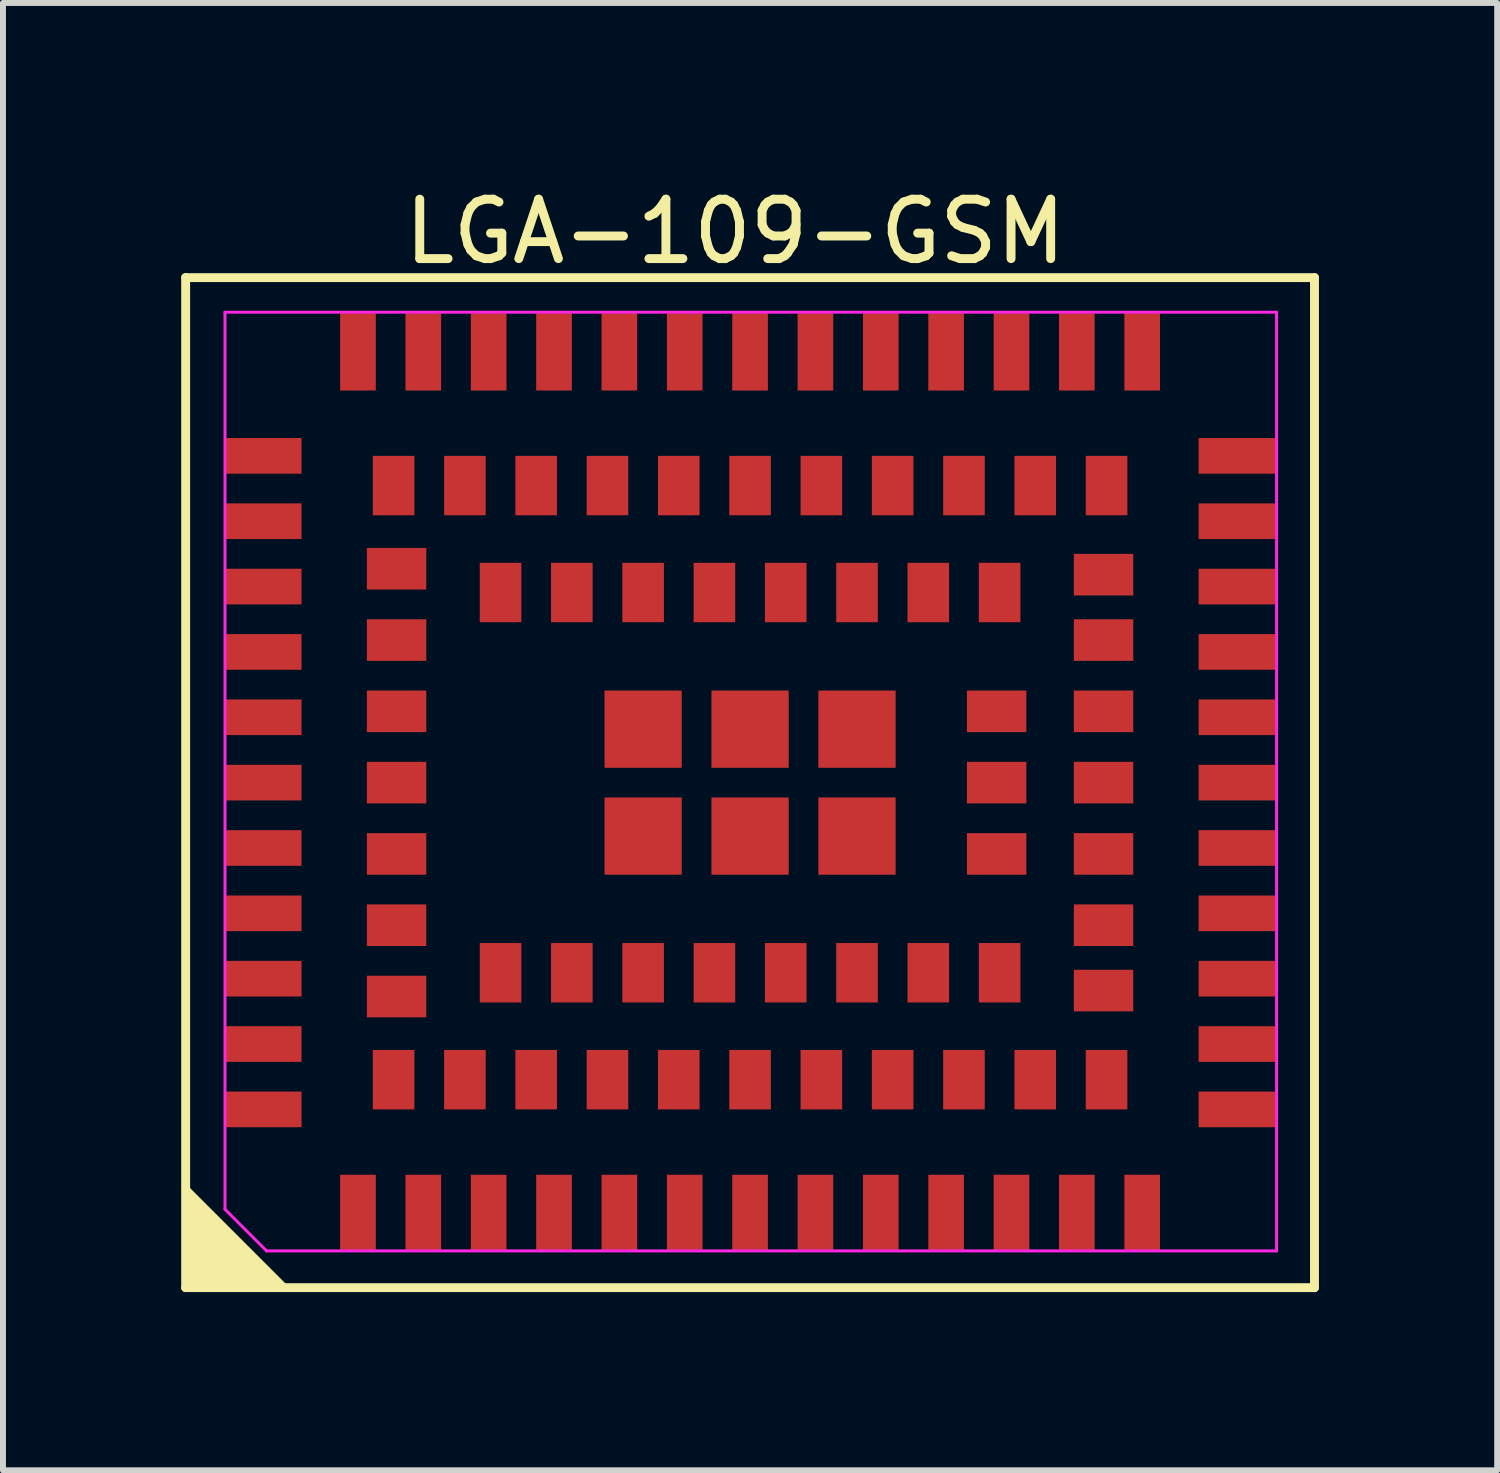
<source format=kicad_pcb>
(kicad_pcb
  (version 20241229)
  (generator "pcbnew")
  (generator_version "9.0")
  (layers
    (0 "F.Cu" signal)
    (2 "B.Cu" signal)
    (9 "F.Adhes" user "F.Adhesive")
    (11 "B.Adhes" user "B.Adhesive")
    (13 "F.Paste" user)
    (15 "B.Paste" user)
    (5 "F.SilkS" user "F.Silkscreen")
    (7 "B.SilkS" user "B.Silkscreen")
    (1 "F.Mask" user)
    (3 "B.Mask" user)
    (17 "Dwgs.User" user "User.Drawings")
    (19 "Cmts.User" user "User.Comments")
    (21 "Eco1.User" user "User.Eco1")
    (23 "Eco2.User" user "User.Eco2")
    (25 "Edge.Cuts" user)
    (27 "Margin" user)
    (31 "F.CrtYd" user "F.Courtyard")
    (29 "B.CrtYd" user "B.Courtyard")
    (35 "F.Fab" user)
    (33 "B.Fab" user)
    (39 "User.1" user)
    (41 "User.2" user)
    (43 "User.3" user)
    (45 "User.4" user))
  (footprint "LGA-109-GSM"
    (layer "F.Cu")
    (at 9.325 9.873)
    (property "Reference" "LGA-109-GSM" (at 0 -9.025 180) (layer "F.SilkS") (effects (font (size 1 1) (thickness 0.15))))
    (fp_line (start -9.25 -8.25) (end -9.25 8.75) (stroke (width 0.15) (type solid)) (layer "F.SilkS"))
    (fp_line (start 9.75 -8.25) (end -9.25 -8.25) (stroke (width 0.15) (type solid)) (layer "F.SilkS"))
    (fp_line (start 9.75 -8.25) (end 9.75 8.75) (stroke (width 0.15) (type solid)) (layer "F.SilkS"))
    (fp_line (start 9.75 8.75) (end -9.25 8.75) (stroke (width 0.15) (type solid)) (layer "F.SilkS"))
    (fp_poly (pts (xy -9.25 8.75) (xy -7.5 8.75) (xy -9.25 7)) (stroke (width 0) (type default)) (fill yes) (layer "F.SilkS"))
    (fp_poly (pts (xy -1.85 -0.75) (xy -1.81 -0.75) (xy -1.737 -0.78) (xy -1.68 -0.837) (xy -1.65 -0.91) (xy -1.65 -0.95) (xy -1.65 -0.99) (xy -1.68 -1.063) (xy -1.737 -1.12) (xy -1.81 -1.15) (xy -1.85 -1.15) (xy -1.89 -1.15) (xy -1.963 -1.12) (xy -2.02 -1.063) (xy -2.05 -0.99) (xy -2.05 -0.95) (xy -2.05 -0.91) (xy -2.02 -0.837) (xy -1.963 -0.78) (xy -1.89 -0.75)) (stroke (width 0) (type default)) (fill yes) (layer "F.Paste"))
    (fp_poly (pts (xy -1.85 -0.15) (xy -1.81 -0.15) (xy -1.737 -0.18) (xy -1.68 -0.237) (xy -1.65 -0.31) (xy -1.65 -0.35) (xy -1.65 -0.39) (xy -1.68 -0.463) (xy -1.737 -0.52) (xy -1.81 -0.55) (xy -1.85 -0.55) (xy -1.89 -0.55) (xy -1.963 -0.52) (xy -2.02 -0.463) (xy -2.05 -0.39) (xy -2.05 -0.35) (xy -2.05 -0.31) (xy -2.02 -0.237) (xy -1.963 -0.18) (xy -1.89 -0.15)) (stroke (width 0) (type default)) (fill yes) (layer "F.Paste"))
    (fp_poly (pts (xy -1.85 1.05) (xy -1.81 1.05) (xy -1.737 1.02) (xy -1.68 0.963) (xy -1.65 0.89) (xy -1.65 0.85) (xy -1.65 0.81) (xy -1.68 0.737) (xy -1.737 0.68) (xy -1.81 0.65) (xy -1.85 0.65) (xy -1.89 0.65) (xy -1.963 0.68) (xy -2.02 0.737) (xy -2.05 0.81) (xy -2.05 0.85) (xy -2.05 0.89) (xy -2.02 0.963) (xy -1.963 1.02) (xy -1.89 1.05)) (stroke (width 0) (type default)) (fill yes) (layer "F.Paste"))
    (fp_poly (pts (xy -1.85 1.65) (xy -1.81 1.65) (xy -1.737 1.62) (xy -1.68 1.563) (xy -1.65 1.49) (xy -1.65 1.45) (xy -1.65 1.41) (xy -1.68 1.337) (xy -1.737 1.28) (xy -1.81 1.25) (xy -1.85 1.25) (xy -1.89 1.25) (xy -1.963 1.28) (xy -2.02 1.337) (xy -2.05 1.41) (xy -2.05 1.45) (xy -2.05 1.49) (xy -2.02 1.563) (xy -1.963 1.62) (xy -1.89 1.65)) (stroke (width 0) (type default)) (fill yes) (layer "F.Paste"))
    (fp_poly (pts (xy -1.25 -0.75) (xy -1.21 -0.75) (xy -1.137 -0.78) (xy -1.08 -0.837) (xy -1.05 -0.91) (xy -1.05 -0.95) (xy -1.05 -0.99) (xy -1.08 -1.063) (xy -1.137 -1.12) (xy -1.21 -1.15) (xy -1.25 -1.15) (xy -1.29 -1.15) (xy -1.363 -1.12) (xy -1.42 -1.063) (xy -1.45 -0.99) (xy -1.45 -0.95) (xy -1.45 -0.91) (xy -1.42 -0.837) (xy -1.363 -0.78) (xy -1.29 -0.75)) (stroke (width 0) (type default)) (fill yes) (layer "F.Paste"))
    (fp_poly (pts (xy -1.25 -0.15) (xy -1.21 -0.15) (xy -1.137 -0.18) (xy -1.08 -0.237) (xy -1.05 -0.31) (xy -1.05 -0.35) (xy -1.05 -0.39) (xy -1.08 -0.463) (xy -1.137 -0.52) (xy -1.21 -0.55) (xy -1.25 -0.55) (xy -1.29 -0.55) (xy -1.363 -0.52) (xy -1.42 -0.463) (xy -1.45 -0.39) (xy -1.45 -0.35) (xy -1.45 -0.31) (xy -1.42 -0.237) (xy -1.363 -0.18) (xy -1.29 -0.15)) (stroke (width 0) (type default)) (fill yes) (layer "F.Paste"))
    (fp_poly (pts (xy -1.25 1.05) (xy -1.21 1.05) (xy -1.137 1.02) (xy -1.08 0.963) (xy -1.05 0.89) (xy -1.05 0.85) (xy -1.05 0.81) (xy -1.08 0.737) (xy -1.137 0.68) (xy -1.21 0.65) (xy -1.25 0.65) (xy -1.29 0.65) (xy -1.363 0.68) (xy -1.42 0.737) (xy -1.45 0.81) (xy -1.45 0.85) (xy -1.45 0.89) (xy -1.42 0.963) (xy -1.363 1.02) (xy -1.29 1.05)) (stroke (width 0) (type default)) (fill yes) (layer "F.Paste"))
    (fp_poly (pts (xy -1.25 1.65) (xy -1.21 1.65) (xy -1.137 1.62) (xy -1.08 1.563) (xy -1.05 1.49) (xy -1.05 1.45) (xy -1.05 1.41) (xy -1.08 1.337) (xy -1.137 1.28) (xy -1.21 1.25) (xy -1.25 1.25) (xy -1.29 1.25) (xy -1.363 1.28) (xy -1.42 1.337) (xy -1.45 1.41) (xy -1.45 1.45) (xy -1.45 1.49) (xy -1.42 1.563) (xy -1.363 1.62) (xy -1.29 1.65)) (stroke (width 0) (type default)) (fill yes) (layer "F.Paste"))
    (fp_poly (pts (xy -0.05 -0.75) (xy -0.01 -0.75) (xy 0.063 -0.78) (xy 0.12 -0.837) (xy 0.15 -0.91) (xy 0.15 -0.95) (xy 0.15 -0.99) (xy 0.12 -1.063) (xy 0.063 -1.12) (xy -0.01 -1.15) (xy -0.05 -1.15) (xy -0.09 -1.15) (xy -0.163 -1.12) (xy -0.22 -1.063) (xy -0.25 -0.99) (xy -0.25 -0.95) (xy -0.25 -0.91) (xy -0.22 -0.837) (xy -0.163 -0.78) (xy -0.09 -0.75)) (stroke (width 0) (type default)) (fill yes) (layer "F.Paste"))
    (fp_poly (pts (xy -0.05 -0.15) (xy -0.01 -0.15) (xy 0.063 -0.18) (xy 0.12 -0.237) (xy 0.15 -0.31) (xy 0.15 -0.35) (xy 0.15 -0.39) (xy 0.12 -0.463) (xy 0.063 -0.52) (xy -0.01 -0.55) (xy -0.05 -0.55) (xy -0.09 -0.55) (xy -0.163 -0.52) (xy -0.22 -0.463) (xy -0.25 -0.39) (xy -0.25 -0.35) (xy -0.25 -0.31) (xy -0.22 -0.237) (xy -0.163 -0.18) (xy -0.09 -0.15)) (stroke (width 0) (type default)) (fill yes) (layer "F.Paste"))
    (fp_poly (pts (xy -0.05 1.05) (xy -0.01 1.05) (xy 0.063 1.02) (xy 0.12 0.963) (xy 0.15 0.89) (xy 0.15 0.85) (xy 0.15 0.81) (xy 0.12 0.737) (xy 0.063 0.68) (xy -0.01 0.65) (xy -0.05 0.65) (xy -0.09 0.65) (xy -0.163 0.68) (xy -0.22 0.737) (xy -0.25 0.81) (xy -0.25 0.85) (xy -0.25 0.89) (xy -0.22 0.963) (xy -0.163 1.02) (xy -0.09 1.05)) (stroke (width 0) (type default)) (fill yes) (layer "F.Paste"))
    (fp_poly (pts (xy -0.05 1.65) (xy -0.01 1.65) (xy 0.063 1.62) (xy 0.12 1.563) (xy 0.15 1.49) (xy 0.15 1.45) (xy 0.15 1.41) (xy 0.12 1.337) (xy 0.063 1.28) (xy -0.01 1.25) (xy -0.05 1.25) (xy -0.09 1.25) (xy -0.163 1.28) (xy -0.22 1.337) (xy -0.25 1.41) (xy -0.25 1.45) (xy -0.25 1.49) (xy -0.22 1.563) (xy -0.163 1.62) (xy -0.09 1.65)) (stroke (width 0) (type default)) (fill yes) (layer "F.Paste"))
    (fp_poly (pts (xy 0.55 -0.75) (xy 0.59 -0.75) (xy 0.663 -0.78) (xy 0.72 -0.837) (xy 0.75 -0.91) (xy 0.75 -0.95) (xy 0.75 -0.99) (xy 0.72 -1.063) (xy 0.663 -1.12) (xy 0.59 -1.15) (xy 0.55 -1.15) (xy 0.51 -1.15) (xy 0.437 -1.12) (xy 0.38 -1.063) (xy 0.35 -0.99) (xy 0.35 -0.95) (xy 0.35 -0.91) (xy 0.38 -0.837) (xy 0.437 -0.78) (xy 0.51 -0.75)) (stroke (width 0) (type default)) (fill yes) (layer "F.Paste"))
    (fp_poly (pts (xy 0.55 -0.15) (xy 0.59 -0.15) (xy 0.663 -0.18) (xy 0.72 -0.237) (xy 0.75 -0.31) (xy 0.75 -0.35) (xy 0.75 -0.39) (xy 0.72 -0.463) (xy 0.663 -0.52) (xy 0.59 -0.55) (xy 0.55 -0.55) (xy 0.51 -0.55) (xy 0.437 -0.52) (xy 0.38 -0.463) (xy 0.35 -0.39) (xy 0.35 -0.35) (xy 0.35 -0.31) (xy 0.38 -0.237) (xy 0.437 -0.18) (xy 0.51 -0.15)) (stroke (width 0) (type default)) (fill yes) (layer "F.Paste"))
    (fp_poly (pts (xy 0.55 1.05) (xy 0.59 1.05) (xy 0.663 1.02) (xy 0.72 0.963) (xy 0.75 0.89) (xy 0.75 0.85) (xy 0.75 0.81) (xy 0.72 0.737) (xy 0.663 0.68) (xy 0.59 0.65) (xy 0.55 0.65) (xy 0.51 0.65) (xy 0.437 0.68) (xy 0.38 0.737) (xy 0.35 0.81) (xy 0.35 0.85) (xy 0.35 0.89) (xy 0.38 0.963) (xy 0.437 1.02) (xy 0.51 1.05)) (stroke (width 0) (type default)) (fill yes) (layer "F.Paste"))
    (fp_poly (pts (xy 0.55 1.65) (xy 0.59 1.65) (xy 0.663 1.62) (xy 0.72 1.563) (xy 0.75 1.49) (xy 0.75 1.45) (xy 0.75 1.41) (xy 0.72 1.337) (xy 0.663 1.28) (xy 0.59 1.25) (xy 0.55 1.25) (xy 0.51 1.25) (xy 0.437 1.28) (xy 0.38 1.337) (xy 0.35 1.41) (xy 0.35 1.45) (xy 0.35 1.49) (xy 0.38 1.563) (xy 0.437 1.62) (xy 0.51 1.65)) (stroke (width 0) (type default)) (fill yes) (layer "F.Paste"))
    (fp_poly (pts (xy 1.75 -0.75) (xy 1.79 -0.75) (xy 1.863 -0.78) (xy 1.92 -0.837) (xy 1.95 -0.91) (xy 1.95 -0.95) (xy 1.95 -0.99) (xy 1.92 -1.063) (xy 1.863 -1.12) (xy 1.79 -1.15) (xy 1.75 -1.15) (xy 1.71 -1.15) (xy 1.637 -1.12) (xy 1.58 -1.063) (xy 1.55 -0.99) (xy 1.55 -0.95) (xy 1.55 -0.91) (xy 1.58 -0.837) (xy 1.637 -0.78) (xy 1.71 -0.75)) (stroke (width 0) (type default)) (fill yes) (layer "F.Paste"))
    (fp_poly (pts (xy 1.75 -0.15) (xy 1.79 -0.15) (xy 1.863 -0.18) (xy 1.92 -0.237) (xy 1.95 -0.31) (xy 1.95 -0.35) (xy 1.95 -0.39) (xy 1.92 -0.463) (xy 1.863 -0.52) (xy 1.79 -0.55) (xy 1.75 -0.55) (xy 1.71 -0.55) (xy 1.637 -0.52) (xy 1.58 -0.463) (xy 1.55 -0.39) (xy 1.55 -0.35) (xy 1.55 -0.31) (xy 1.58 -0.237) (xy 1.637 -0.18) (xy 1.71 -0.15)) (stroke (width 0) (type default)) (fill yes) (layer "F.Paste"))
    (fp_poly (pts (xy 1.75 1.05) (xy 1.79 1.05) (xy 1.863 1.02) (xy 1.92 0.963) (xy 1.95 0.89) (xy 1.95 0.85) (xy 1.95 0.81) (xy 1.92 0.737) (xy 1.863 0.68) (xy 1.79 0.65) (xy 1.75 0.65) (xy 1.71 0.65) (xy 1.637 0.68) (xy 1.58 0.737) (xy 1.55 0.81) (xy 1.55 0.85) (xy 1.55 0.89) (xy 1.58 0.963) (xy 1.637 1.02) (xy 1.71 1.05)) (stroke (width 0) (type default)) (fill yes) (layer "F.Paste"))
    (fp_poly (pts (xy 1.75 1.65) (xy 1.79 1.65) (xy 1.863 1.62) (xy 1.92 1.563) (xy 1.95 1.49) (xy 1.95 1.45) (xy 1.95 1.41) (xy 1.92 1.337) (xy 1.863 1.28) (xy 1.79 1.25) (xy 1.75 1.25) (xy 1.71 1.25) (xy 1.637 1.28) (xy 1.58 1.337) (xy 1.55 1.41) (xy 1.55 1.45) (xy 1.55 1.49) (xy 1.58 1.563) (xy 1.637 1.62) (xy 1.71 1.65)) (stroke (width 0) (type default)) (fill yes) (layer "F.Paste"))
    (fp_poly (pts (xy 2.35 -0.75) (xy 2.39 -0.75) (xy 2.463 -0.78) (xy 2.52 -0.837) (xy 2.55 -0.91) (xy 2.55 -0.95) (xy 2.55 -0.99) (xy 2.52 -1.063) (xy 2.463 -1.12) (xy 2.39 -1.15) (xy 2.35 -1.15) (xy 2.31 -1.15) (xy 2.237 -1.12) (xy 2.18 -1.063) (xy 2.15 -0.99) (xy 2.15 -0.95) (xy 2.15 -0.91) (xy 2.18 -0.837) (xy 2.237 -0.78) (xy 2.31 -0.75)) (stroke (width 0) (type default)) (fill yes) (layer "F.Paste"))
    (fp_poly (pts (xy 2.35 -0.15) (xy 2.39 -0.15) (xy 2.463 -0.18) (xy 2.52 -0.237) (xy 2.55 -0.31) (xy 2.55 -0.35) (xy 2.55 -0.39) (xy 2.52 -0.463) (xy 2.463 -0.52) (xy 2.39 -0.55) (xy 2.35 -0.55) (xy 2.31 -0.55) (xy 2.237 -0.52) (xy 2.18 -0.463) (xy 2.15 -0.39) (xy 2.15 -0.35) (xy 2.15 -0.31) (xy 2.18 -0.237) (xy 2.237 -0.18) (xy 2.31 -0.15)) (stroke (width 0) (type default)) (fill yes) (layer "F.Paste"))
    (fp_poly (pts (xy 2.35 1.05) (xy 2.39 1.05) (xy 2.463 1.02) (xy 2.52 0.963) (xy 2.55 0.89) (xy 2.55 0.85) (xy 2.55 0.81) (xy 2.52 0.737) (xy 2.463 0.68) (xy 2.39 0.65) (xy 2.35 0.65) (xy 2.31 0.65) (xy 2.237 0.68) (xy 2.18 0.737) (xy 2.15 0.81) (xy 2.15 0.85) (xy 2.15 0.89) (xy 2.18 0.963) (xy 2.237 1.02) (xy 2.31 1.05)) (stroke (width 0) (type default)) (fill yes) (layer "F.Paste"))
    (fp_poly (pts (xy 2.35 1.65) (xy 2.39 1.65) (xy 2.463 1.62) (xy 2.52 1.563) (xy 2.55 1.49) (xy 2.55 1.45) (xy 2.55 1.41) (xy 2.52 1.337) (xy 2.463 1.28) (xy 2.39 1.25) (xy 2.35 1.25) (xy 2.31 1.25) (xy 2.237 1.28) (xy 2.18 1.337) (xy 2.15 1.41) (xy 2.15 1.45) (xy 2.15 1.49) (xy 2.18 1.563) (xy 2.237 1.62) (xy 2.31 1.65)) (stroke (width 0) (type default)) (fill yes) (layer "F.Paste"))
    (fp_line (start -8.588 7.432) (end -8.588 -7.668) (stroke (width 0.05) (type solid)) (layer "F.CrtYd"))
    (fp_line (start -7.888 8.132) (end -8.588 7.432) (stroke (width 0.05) (type solid)) (layer "F.CrtYd"))
    (fp_line (start 9.112 -7.668) (end -8.588 -7.668) (stroke (width 0.05) (type solid)) (layer "F.CrtYd"))
    (fp_line (start 9.112 8.132) (end -7.888 8.132) (stroke (width 0.05) (type solid)) (layer "F.CrtYd"))
    (fp_line (start 9.112 8.132) (end 9.112 -7.668) (stroke (width 0.05) (type solid)) (layer "F.CrtYd"))
    (pad "1" smd rect (at -6.35 7.5 90) (size 1.3 0.6) (layers "F.Cu" "F.Mask" "F.Paste"))
    (pad "2" smd rect (at -5.25 7.5 90) (size 1.3 0.6) (layers "F.Cu" "F.Mask" "F.Paste"))
    (pad "3" smd rect (at -4.15 7.5 90) (size 1.3 0.6) (layers "F.Cu" "F.Mask" "F.Paste"))
    (pad "4" smd rect (at -3.05 7.5 90) (size 1.3 0.6) (layers "F.Cu" "F.Mask" "F.Paste"))
    (pad "5" smd rect (at -1.95 7.5 90) (size 1.3 0.6) (layers "F.Cu" "F.Mask" "F.Paste"))
    (pad "6" smd rect (at -0.85 7.5 90) (size 1.3 0.6) (layers "F.Cu" "F.Mask" "F.Paste"))
    (pad "7" smd rect (at 0.25 7.5 90) (size 1.3 0.6) (layers "F.Cu" "F.Mask" "F.Paste"))
    (pad "8" smd rect (at 1.35 7.5 90) (size 1.3 0.6) (layers "F.Cu" "F.Mask" "F.Paste"))
    (pad "9" smd rect (at 2.45 7.5 90) (size 1.3 0.6) (layers "F.Cu" "F.Mask" "F.Paste"))
    (pad "10" smd rect (at 3.55 7.5 90) (size 1.3 0.6) (layers "F.Cu" "F.Mask" "F.Paste"))
    (pad "11" smd rect (at 4.65 7.5 90) (size 1.3 0.6) (layers "F.Cu" "F.Mask" "F.Paste"))
    (pad "12" smd rect (at 5.75 7.5 90) (size 1.3 0.6) (layers "F.Cu" "F.Mask" "F.Paste"))
    (pad "13" smd rect (at 6.85 7.5 90) (size 1.3 0.6) (layers "F.Cu" "F.Mask" "F.Paste"))
    (pad "14" smd rect (at 8.45 4.65 180) (size 1.3 0.6) (layers "F.Cu" "F.Mask" "F.Paste"))
    (pad "15" smd rect (at 8.45 3.55 180) (size 1.3 0.6) (layers "F.Cu" "F.Mask" "F.Paste"))
    (pad "16" smd rect (at 8.45 2.45 180) (size 1.3 0.6) (layers "F.Cu" "F.Mask" "F.Paste"))
    (pad "17" smd rect (at 8.45 1.35 180) (size 1.3 0.6) (layers "F.Cu" "F.Mask" "F.Paste"))
    (pad "18" smd rect (at 8.45 0.25 180) (size 1.3 0.6) (layers "F.Cu" "F.Mask" "F.Paste"))
    (pad "19" smd rect (at 8.45 -0.85 180) (size 1.3 0.6) (layers "F.Cu" "F.Mask" "F.Paste"))
    (pad "20" smd rect (at 8.45 -1.95 180) (size 1.3 0.6) (layers "F.Cu" "F.Mask" "F.Paste"))
    (pad "21" smd rect (at 8.45 -3.05 180) (size 1.3 0.6) (layers "F.Cu" "F.Mask" "F.Paste"))
    (pad "22" smd rect (at 8.45 -4.15 180) (size 1.3 0.6) (layers "F.Cu" "F.Mask" "F.Paste"))
    (pad "23" smd rect (at 6.85 -7 90) (size 1.3 0.6) (layers "F.Cu" "F.Mask" "F.Paste"))
    (pad "24" smd rect (at 5.75 -7 90) (size 1.3 0.6) (layers "F.Cu" "F.Mask" "F.Paste"))
    (pad "25" smd rect (at 4.65 -7 90) (size 1.3 0.6) (layers "F.Cu" "F.Mask" "F.Paste"))
    (pad "26" smd rect (at 3.55 -7 90) (size 1.3 0.6) (layers "F.Cu" "F.Mask" "F.Paste"))
    (pad "27" smd rect (at 2.45 -7 90) (size 1.3 0.6) (layers "F.Cu" "F.Mask" "F.Paste"))
    (pad "28" smd rect (at 1.35 -7 90) (size 1.3 0.6) (layers "F.Cu" "F.Mask" "F.Paste"))
    (pad "29" smd rect (at 0.25 -7 90) (size 1.3 0.6) (layers "F.Cu" "F.Mask" "F.Paste"))
    (pad "30" smd rect (at -0.85 -7 90) (size 1.3 0.6) (layers "F.Cu" "F.Mask" "F.Paste"))
    (pad "31" smd rect (at -1.95 -7 90) (size 1.3 0.6) (layers "F.Cu" "F.Mask" "F.Paste"))
    (pad "32" smd rect (at -3.05 -7 90) (size 1.3 0.6) (layers "F.Cu" "F.Mask" "F.Paste"))
    (pad "33" smd rect (at -4.15 -7 90) (size 1.3 0.6) (layers "F.Cu" "F.Mask" "F.Paste"))
    (pad "34" smd rect (at -5.25 -7 90) (size 1.3 0.6) (layers "F.Cu" "F.Mask" "F.Paste"))
    (pad "35" smd rect (at -6.35 -7 90) (size 1.3 0.6) (layers "F.Cu" "F.Mask" "F.Paste"))
    (pad "36" smd rect (at -7.95 -4.15 180) (size 1.3 0.6) (layers "F.Cu" "F.Mask" "F.Paste"))
    (pad "37" smd rect (at -7.95 -3.05 180) (size 1.3 0.6) (layers "F.Cu" "F.Mask" "F.Paste"))
    (pad "38" smd rect (at -7.95 -1.95 180) (size 1.3 0.6) (layers "F.Cu" "F.Mask" "F.Paste"))
    (pad "39" smd rect (at -7.95 -0.85 180) (size 1.3 0.6) (layers "F.Cu" "F.Mask" "F.Paste"))
    (pad "40" smd rect (at -7.95 0.25 180) (size 1.3 0.6) (layers "F.Cu" "F.Mask" "F.Paste"))
    (pad "41" smd rect (at -7.95 1.35 180) (size 1.3 0.6) (layers "F.Cu" "F.Mask" "F.Paste"))
    (pad "42" smd rect (at -7.95 2.45 180) (size 1.3 0.6) (layers "F.Cu" "F.Mask" "F.Paste"))
    (pad "43" smd rect (at -7.95 3.55 180) (size 1.3 0.6) (layers "F.Cu" "F.Mask" "F.Paste"))
    (pad "44" smd rect (at -7.95 4.65 180) (size 1.3 0.6) (layers "F.Cu" "F.Mask" "F.Paste"))
    (pad "45" smd rect (at -4.55 5.25 90) (size 1 0.7) (layers "F.Cu" "F.Mask" "F.Paste"))
    (pad "46" smd rect (at -3.35 5.25 90) (size 1 0.7) (layers "F.Cu" "F.Mask" "F.Paste"))
    (pad "47" smd rect (at -2.15 5.25 90) (size 1 0.7) (layers "F.Cu" "F.Mask" "F.Paste"))
    (pad "48" smd rect (at -0.95 5.25 90) (size 1 0.7) (layers "F.Cu" "F.Mask" "F.Paste"))
    (pad "49" smd rect (at 0.25 5.25 90) (size 1 0.7) (layers "F.Cu" "F.Mask" "F.Paste"))
    (pad "50" smd rect (at 1.45 5.25 90) (size 1 0.7) (layers "F.Cu" "F.Mask" "F.Paste"))
    (pad "51" smd rect (at 2.65 5.25 90) (size 1 0.7) (layers "F.Cu" "F.Mask" "F.Paste"))
    (pad "52" smd rect (at 3.85 5.25 90) (size 1 0.7) (layers "F.Cu" "F.Mask" "F.Paste"))
    (pad "53" smd rect (at 5.05 5.25 90) (size 1 0.7) (layers "F.Cu" "F.Mask" "F.Paste"))
    (pad "54" smd rect (at 6.2 2.65 180) (size 1 0.7) (layers "F.Cu" "F.Mask" "F.Paste"))
    (pad "55" smd rect (at 6.2 1.45 180) (size 1 0.7) (layers "F.Cu" "F.Mask" "F.Paste"))
    (pad "56" smd rect (at 6.2 0.25 180) (size 1 0.7) (layers "F.Cu" "F.Mask" "F.Paste"))
    (pad "57" smd rect (at 6.2 -0.95 180) (size 1 0.7) (layers "F.Cu" "F.Mask" "F.Paste"))
    (pad "58" smd rect (at 6.2 -2.15 180) (size 1 0.7) (layers "F.Cu" "F.Mask" "F.Paste"))
    (pad "59" smd rect (at 5.05 -4.75 90) (size 1 0.7) (layers "F.Cu" "F.Mask" "F.Paste"))
    (pad "60" smd rect (at 3.85 -4.75 90) (size 1 0.7) (layers "F.Cu" "F.Mask" "F.Paste"))
    (pad "61" smd rect (at 2.65 -4.75 90) (size 1 0.7) (layers "F.Cu" "F.Mask" "F.Paste"))
    (pad "62" smd rect (at 1.45 -4.75 90) (size 1 0.7) (layers "F.Cu" "F.Mask" "F.Paste"))
    (pad "63" smd rect (at 0.25 -4.75 90) (size 1 0.7) (layers "F.Cu" "F.Mask" "F.Paste"))
    (pad "64" smd rect (at -0.95 -4.75 90) (size 1 0.7) (layers "F.Cu" "F.Mask" "F.Paste"))
    (pad "65" smd rect (at -2.15 -4.75 90) (size 1 0.7) (layers "F.Cu" "F.Mask" "F.Paste"))
    (pad "66" smd rect (at -3.35 -4.75 90) (size 1 0.7) (layers "F.Cu" "F.Mask" "F.Paste"))
    (pad "67" smd rect (at -4.55 -4.75 90) (size 1 0.7) (layers "F.Cu" "F.Mask" "F.Paste"))
    (pad "68" smd rect (at -5.7 -2.15 180) (size 1 0.7) (layers "F.Cu" "F.Mask" "F.Paste"))
    (pad "69" smd rect (at -5.7 -0.95 180) (size 1 0.7) (layers "F.Cu" "F.Mask" "F.Paste"))
    (pad "70" smd rect (at -5.7 0.25 180) (size 1 0.7) (layers "F.Cu" "F.Mask" "F.Paste"))
    (pad "71" smd rect (at -5.7 1.45 180) (size 1 0.7) (layers "F.Cu" "F.Mask" "F.Paste"))
    (pad "72" smd rect (at -5.7 2.65 180) (size 1 0.7) (layers "F.Cu" "F.Mask" "F.Paste"))
    (pad "73" smd rect (at -3.95 3.45 90) (size 1 0.7) (layers "F.Cu" "F.Mask" "F.Paste"))
    (pad "74" smd rect (at -2.75 3.45 90) (size 1 0.7) (layers "F.Cu" "F.Mask" "F.Paste"))
    (pad "75" smd rect (at -1.55 3.45 90) (size 1 0.7) (layers "F.Cu" "F.Mask" "F.Paste"))
    (pad "76" smd rect (at -0.35 3.45 90) (size 1 0.7) (layers "F.Cu" "F.Mask" "F.Paste"))
    (pad "77" smd rect (at 0.85 3.45 90) (size 1 0.7) (layers "F.Cu" "F.Mask" "F.Paste"))
    (pad "78" smd rect (at 2.05 3.45 90) (size 1 0.7) (layers "F.Cu" "F.Mask" "F.Paste"))
    (pad "79" smd rect (at 3.25 3.45 90) (size 1 0.7) (layers "F.Cu" "F.Mask" "F.Paste"))
    (pad "80" smd rect (at 4.45 3.45 90) (size 1 0.7) (layers "F.Cu" "F.Mask" "F.Paste"))
    (pad "81" smd rect (at 4.45 -2.95 90) (size 1 0.7) (layers "F.Cu" "F.Mask" "F.Paste"))
    (pad "82" smd rect (at 3.25 -2.95 90) (size 1 0.7) (layers "F.Cu" "F.Mask" "F.Paste"))
    (pad "83" smd rect (at 2.05 -2.95 90) (size 1 0.7) (layers "F.Cu" "F.Mask" "F.Paste"))
    (pad "84" smd rect (at 0.85 -2.95 90) (size 1 0.7) (layers "F.Cu" "F.Mask" "F.Paste"))
    (pad "85" smd rect (at -0.35 -2.95 90) (size 1 0.7) (layers "F.Cu" "F.Mask" "F.Paste"))
    (pad "86" smd rect (at -1.55 -2.95 90) (size 1 0.7) (layers "F.Cu" "F.Mask" "F.Paste"))
    (pad "87" smd rect (at -2.75 -2.95 90) (size 1 0.7) (layers "F.Cu" "F.Mask" "F.Paste"))
    (pad "88" smd rect (at -3.95 -2.95 90) (size 1 0.7) (layers "F.Cu" "F.Mask" "F.Paste"))
    (pad "89" smd rect (at -1.55 1.15 90) (size 1.3 1.3) (layers "F.Cu" "F.Mask" "F.Paste"))
    (pad "90" smd rect (at 0.25 1.15 90) (size 1.3 1.3) (layers "F.Cu" "F.Mask" "F.Paste"))
    (pad "91" smd rect (at 2.05 1.15 90) (size 1.3 1.3) (layers "F.Cu" "F.Mask" "F.Paste"))
    (pad "92" smd rect (at 2.05 -0.65 90) (size 1.3 1.3) (layers "F.Cu" "F.Mask" "F.Paste"))
    (pad "93" smd rect (at 0.25 -0.65 90) (size 1.3 1.3) (layers "F.Cu" "F.Mask" "F.Paste"))
    (pad "94" smd rect (at -1.55 -0.65 90) (size 1.3 1.3) (layers "F.Cu" "F.Mask" "F.Paste"))
    (pad "95" smd rect (at 8.45 5.75 180) (size 1.3 0.6) (layers "F.Cu" "F.Mask" "F.Paste"))
    (pad "96" smd rect (at 8.45 -5.25 180) (size 1.3 0.6) (layers "F.Cu" "F.Mask" "F.Paste"))
    (pad "97" smd rect (at -7.95 -5.25 180) (size 1.3 0.6) (layers "F.Cu" "F.Mask" "F.Paste"))
    (pad "98" smd rect (at -7.95 5.75 180) (size 1.3 0.6) (layers "F.Cu" "F.Mask" "F.Paste"))
    (pad "99" smd rect (at -5.75 5.25 90) (size 1 0.7) (layers "F.Cu" "F.Mask" "F.Paste"))
    (pad "100" smd rect (at 6.25 5.25 90) (size 1 0.7) (layers "F.Cu" "F.Mask" "F.Paste"))
    (pad "101" smd rect (at 6.2 3.75 180) (size 1 0.7) (layers "F.Cu" "F.Mask" "F.Paste"))
    (pad "102" smd rect (at 6.2 -3.25 180) (size 1 0.7) (layers "F.Cu" "F.Mask" "F.Paste"))
    (pad "103" smd rect (at 6.25 -4.75 90) (size 1 0.7) (layers "F.Cu" "F.Mask" "F.Paste"))
    (pad "104" smd rect (at -5.75 -4.75 90) (size 1 0.7) (layers "F.Cu" "F.Mask" "F.Paste"))
    (pad "105" smd rect (at -5.7 -3.35 180) (size 1 0.7) (layers "F.Cu" "F.Mask" "F.Paste"))
    (pad "106" smd rect (at -5.7 3.85 180) (size 1 0.7) (layers "F.Cu" "F.Mask" "F.Paste"))
    (pad "107" smd rect (at 4.4 1.45 180) (size 1 0.7) (layers "F.Cu" "F.Mask" "F.Paste"))
    (pad "108" smd rect (at 4.4 0.25 180) (size 1 0.7) (layers "F.Cu" "F.Mask" "F.Paste"))
    (pad "109" smd rect (at 4.4 -0.95 180) (size 1 0.7) (layers "F.Cu" "F.Mask" "F.Paste")))
  (gr_rect
    (start -3 -3)
    (end 22.15 21.698)
    (stroke (width 0.1) (type default))
    (fill no)
    (layer "Edge.Cuts")))
</source>
